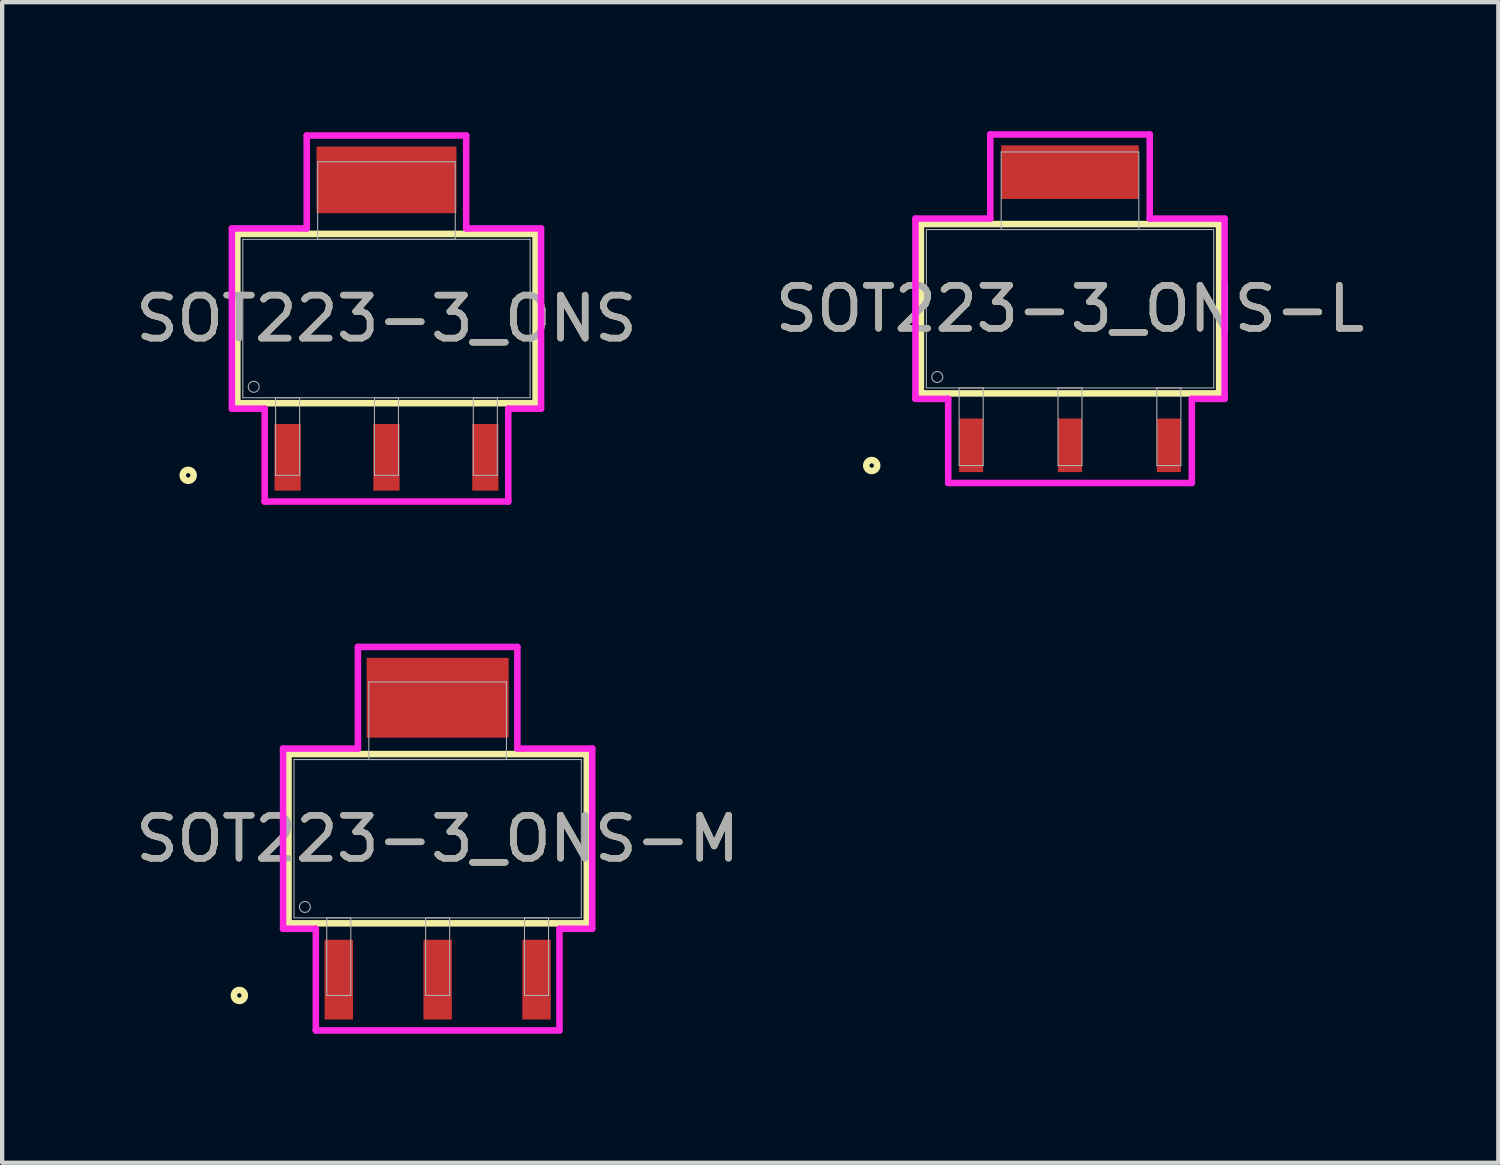
<source format=kicad_pcb>
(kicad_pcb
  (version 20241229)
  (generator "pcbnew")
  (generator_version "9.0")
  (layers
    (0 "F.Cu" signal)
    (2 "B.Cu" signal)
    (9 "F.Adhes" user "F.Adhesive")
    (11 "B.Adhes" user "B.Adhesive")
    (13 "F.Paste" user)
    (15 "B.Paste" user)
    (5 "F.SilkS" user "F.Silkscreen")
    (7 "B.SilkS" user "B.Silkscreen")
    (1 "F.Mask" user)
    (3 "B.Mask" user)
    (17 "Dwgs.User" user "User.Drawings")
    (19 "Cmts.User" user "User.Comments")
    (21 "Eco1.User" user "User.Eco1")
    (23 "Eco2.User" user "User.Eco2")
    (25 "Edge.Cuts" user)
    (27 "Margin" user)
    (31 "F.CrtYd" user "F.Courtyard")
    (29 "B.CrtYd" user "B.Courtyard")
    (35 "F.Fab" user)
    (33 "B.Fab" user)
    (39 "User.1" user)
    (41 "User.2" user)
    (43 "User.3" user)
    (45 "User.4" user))
  (footprint "SOT223-3_ONS-M"
    (layer "F.Cu")
    (at 7.125 16.449)
    (property "Reference" "SOT223-3_ONS-M" (at 0 0 0) (unlocked yes) (layer "F.SilkS") (effects (font (size 1 1) (thickness 0.15))))
    (attr smd)
    (fp_poly (pts (xy 1.651 -4.204) (xy -1.651 -4.204) (xy -1.651 -2.349) (xy 1.651 -2.349)) (stroke (width 0) (type solid)) (fill yes) (layer "F.Cu"))
    (fp_poly (pts (xy 1.702 -4.763) (xy -1.702 -4.763) (xy -1.702 -1.892) (xy 1.702 -1.892)) (stroke (width 0) (type solid)) (fill yes) (layer "F.Mask"))
    (fp_line (start -3.467 -1.968) (end -3.467 1.968) (stroke (width 0.152) (type solid)) (layer "F.SilkS"))
    (fp_line (start -3.467 1.968) (end 3.467 1.968) (stroke (width 0.152) (type solid)) (layer "F.SilkS"))
    (fp_line (start 3.467 -1.968) (end -3.467 -1.968) (stroke (width 0.152) (type solid)) (layer "F.SilkS"))
    (fp_line (start 3.467 1.968) (end 3.467 -1.968) (stroke (width 0.152) (type solid)) (layer "F.SilkS"))
    (fp_circle (center -4.61 3.645) (end -4.483 3.645) (stroke (width 0.152) (type solid)) (fill no) (layer "F.SilkS"))
    (fp_poly (pts (xy 1.651 -4.204) (xy -1.651 -4.204) (xy -1.651 -2.349) (xy 1.651 -2.349)) (stroke (width 0) (type solid)) (fill yes) (layer "F.Paste"))
    (fp_line (start -3.594 -2.095) (end -1.854 -2.095) (stroke (width 0.152) (type solid)) (layer "F.CrtYd"))
    (fp_line (start -3.594 2.095) (end -3.594 -2.095) (stroke (width 0.152) (type solid)) (layer "F.CrtYd"))
    (fp_line (start -2.832 2.095) (end -3.594 2.095) (stroke (width 0.152) (type solid)) (layer "F.CrtYd"))
    (fp_line (start -2.832 4.458) (end -2.832 2.095) (stroke (width 0.152) (type solid)) (layer "F.CrtYd"))
    (fp_line (start -1.854 -4.458) (end 1.854 -4.458) (stroke (width 0.152) (type solid)) (layer "F.CrtYd"))
    (fp_line (start -1.854 -2.095) (end -1.854 -4.458) (stroke (width 0.152) (type solid)) (layer "F.CrtYd"))
    (fp_line (start 1.854 -4.458) (end 1.854 -2.095) (stroke (width 0.152) (type solid)) (layer "F.CrtYd"))
    (fp_line (start 1.854 -2.095) (end 3.594 -2.095) (stroke (width 0.152) (type solid)) (layer "F.CrtYd"))
    (fp_line (start 2.832 2.095) (end 2.832 4.458) (stroke (width 0.152) (type solid)) (layer "F.CrtYd"))
    (fp_line (start 2.832 4.458) (end -2.832 4.458) (stroke (width 0.152) (type solid)) (layer "F.CrtYd"))
    (fp_line (start 3.594 -2.095) (end 3.594 2.095) (stroke (width 0.152) (type solid)) (layer "F.CrtYd"))
    (fp_line (start 3.594 2.095) (end 2.832 2.095) (stroke (width 0.152) (type solid)) (layer "F.CrtYd"))
    (fp_line (start -3.34 -1.841) (end -3.34 1.841) (stroke (width 0.025) (type solid)) (layer "F.Fab"))
    (fp_line (start -3.34 1.841) (end 3.34 1.841) (stroke (width 0.025) (type solid)) (layer "F.Fab"))
    (fp_line (start -2.578 1.841) (end -2.578 3.645) (stroke (width 0.025) (type solid)) (layer "F.Fab"))
    (fp_line (start -2.578 3.645) (end -2.019 3.645) (stroke (width 0.025) (type solid)) (layer "F.Fab"))
    (fp_line (start -2.019 1.841) (end -2.578 1.841) (stroke (width 0.025) (type solid)) (layer "F.Fab"))
    (fp_line (start -2.019 3.645) (end -2.019 1.841) (stroke (width 0.025) (type solid)) (layer "F.Fab"))
    (fp_line (start -1.6 -3.645) (end -1.6 -1.841) (stroke (width 0.025) (type solid)) (layer "F.Fab"))
    (fp_line (start -1.6 -1.841) (end 1.6 -1.841) (stroke (width 0.025) (type solid)) (layer "F.Fab"))
    (fp_line (start -0.279 1.841) (end -0.279 3.645) (stroke (width 0.025) (type solid)) (layer "F.Fab"))
    (fp_line (start -0.279 3.645) (end 0.279 3.645) (stroke (width 0.025) (type solid)) (layer "F.Fab"))
    (fp_line (start 0.279 1.841) (end -0.279 1.841) (stroke (width 0.025) (type solid)) (layer "F.Fab"))
    (fp_line (start 0.279 3.645) (end 0.279 1.841) (stroke (width 0.025) (type solid)) (layer "F.Fab"))
    (fp_line (start 1.6 -3.645) (end -1.6 -3.645) (stroke (width 0.025) (type solid)) (layer "F.Fab"))
    (fp_line (start 1.6 -1.841) (end 1.6 -3.645) (stroke (width 0.025) (type solid)) (layer "F.Fab"))
    (fp_line (start 2.019 1.841) (end 2.019 3.645) (stroke (width 0.025) (type solid)) (layer "F.Fab"))
    (fp_line (start 2.019 3.645) (end 2.578 3.645) (stroke (width 0.025) (type solid)) (layer "F.Fab"))
    (fp_line (start 2.578 1.841) (end 2.019 1.841) (stroke (width 0.025) (type solid)) (layer "F.Fab"))
    (fp_line (start 2.578 3.645) (end 2.578 1.841) (stroke (width 0.025) (type solid)) (layer "F.Fab"))
    (fp_line (start 3.34 -1.841) (end -3.34 -1.841) (stroke (width 0.025) (type solid)) (layer "F.Fab"))
    (fp_line (start 3.34 1.841) (end 3.34 -1.841) (stroke (width 0.025) (type solid)) (layer "F.Fab"))
    (fp_circle (center -3.086 1.587) (end -2.959 1.587) (stroke (width 0.025) (type solid)) (fill no) (layer "F.Fab"))
    (fp_text user "${REFERENCE}" (at 0 0 0) (unlocked yes) (layer "F.Fab") (effects (font (size 1 1) (thickness 0.15))))
    (pad "1" smd rect (at -2.299 3.277) (size 0.66 1.854) (layers "F.Cu" "F.Mask" "F.Paste"))
    (pad "2" smd rect (at 0 3.277) (size 0.66 1.854) (layers "F.Cu" "F.Mask" "F.Paste"))
    (pad "3" smd rect (at 2.299 3.277) (size 0.66 1.854) (layers "F.Cu" "F.Mask" "F.Paste")))
  (footprint "SOT223-3_ONS-L"
    (layer "F.Cu")
    (at 21.827 4.128)
    (property "Reference" "SOT223-3_ONS-L" (at 0 0 0) (unlocked yes) (layer "F.SilkS") (effects (font (size 1 1) (thickness 0.15))))
    (attr smd)
    (fp_poly (pts (xy 1.6 -3.797) (xy -1.6 -3.797) (xy -1.6 -2.553) (xy 1.6 -2.553)) (stroke (width 0) (type solid)) (fill yes) (layer "F.Cu"))
    (fp_poly (pts (xy 1.6 -3.95) (xy -1.6 -3.95) (xy -1.6 -2.299) (xy 1.6 -2.299)) (stroke (width 0) (type solid)) (fill yes) (layer "F.Mask"))
    (fp_line (start -3.467 -1.968) (end -3.467 1.968) (stroke (width 0.152) (type solid)) (layer "F.SilkS"))
    (fp_line (start -3.467 1.968) (end 3.467 1.968) (stroke (width 0.152) (type solid)) (layer "F.SilkS"))
    (fp_line (start 3.467 -1.968) (end -3.467 -1.968) (stroke (width 0.152) (type solid)) (layer "F.SilkS"))
    (fp_line (start 3.467 1.968) (end 3.467 -1.968) (stroke (width 0.152) (type solid)) (layer "F.SilkS"))
    (fp_circle (center -4.61 3.645) (end -4.483 3.645) (stroke (width 0.152) (type solid)) (fill no) (layer "F.SilkS"))
    (fp_poly (pts (xy 1.6 -3.797) (xy -1.6 -3.797) (xy -1.6 -2.553) (xy 1.6 -2.553)) (stroke (width 0) (type solid)) (fill yes) (layer "F.Paste"))
    (fp_line (start -3.594 -2.095) (end -1.854 -2.095) (stroke (width 0.152) (type solid)) (layer "F.CrtYd"))
    (fp_line (start -3.594 2.095) (end -3.594 -2.095) (stroke (width 0.152) (type solid)) (layer "F.CrtYd"))
    (fp_line (start -2.832 2.095) (end -3.594 2.095) (stroke (width 0.152) (type solid)) (layer "F.CrtYd"))
    (fp_line (start -2.832 4.051) (end -2.832 2.095) (stroke (width 0.152) (type solid)) (layer "F.CrtYd"))
    (fp_line (start -1.854 -4.051) (end 1.854 -4.051) (stroke (width 0.152) (type solid)) (layer "F.CrtYd"))
    (fp_line (start -1.854 -2.095) (end -1.854 -4.051) (stroke (width 0.152) (type solid)) (layer "F.CrtYd"))
    (fp_line (start 1.854 -4.051) (end 1.854 -2.095) (stroke (width 0.152) (type solid)) (layer "F.CrtYd"))
    (fp_line (start 1.854 -2.095) (end 3.594 -2.095) (stroke (width 0.152) (type solid)) (layer "F.CrtYd"))
    (fp_line (start 2.832 2.095) (end 2.832 4.051) (stroke (width 0.152) (type solid)) (layer "F.CrtYd"))
    (fp_line (start 2.832 4.051) (end -2.832 4.051) (stroke (width 0.152) (type solid)) (layer "F.CrtYd"))
    (fp_line (start 3.594 -2.095) (end 3.594 2.095) (stroke (width 0.152) (type solid)) (layer "F.CrtYd"))
    (fp_line (start 3.594 2.095) (end 2.832 2.095) (stroke (width 0.152) (type solid)) (layer "F.CrtYd"))
    (fp_line (start -3.34 -1.841) (end -3.34 1.841) (stroke (width 0.025) (type solid)) (layer "F.Fab"))
    (fp_line (start -3.34 1.841) (end 3.34 1.841) (stroke (width 0.025) (type solid)) (layer "F.Fab"))
    (fp_line (start -2.578 1.841) (end -2.578 3.645) (stroke (width 0.025) (type solid)) (layer "F.Fab"))
    (fp_line (start -2.578 3.645) (end -2.019 3.645) (stroke (width 0.025) (type solid)) (layer "F.Fab"))
    (fp_line (start -2.019 1.841) (end -2.578 1.841) (stroke (width 0.025) (type solid)) (layer "F.Fab"))
    (fp_line (start -2.019 3.645) (end -2.019 1.841) (stroke (width 0.025) (type solid)) (layer "F.Fab"))
    (fp_line (start -1.6 -3.645) (end -1.6 -1.841) (stroke (width 0.025) (type solid)) (layer "F.Fab"))
    (fp_line (start -1.6 -1.841) (end 1.6 -1.841) (stroke (width 0.025) (type solid)) (layer "F.Fab"))
    (fp_line (start -0.279 1.841) (end -0.279 3.645) (stroke (width 0.025) (type solid)) (layer "F.Fab"))
    (fp_line (start -0.279 3.645) (end 0.279 3.645) (stroke (width 0.025) (type solid)) (layer "F.Fab"))
    (fp_line (start 0.279 1.841) (end -0.279 1.841) (stroke (width 0.025) (type solid)) (layer "F.Fab"))
    (fp_line (start 0.279 3.645) (end 0.279 1.841) (stroke (width 0.025) (type solid)) (layer "F.Fab"))
    (fp_line (start 1.6 -3.645) (end -1.6 -3.645) (stroke (width 0.025) (type solid)) (layer "F.Fab"))
    (fp_line (start 1.6 -1.841) (end 1.6 -3.645) (stroke (width 0.025) (type solid)) (layer "F.Fab"))
    (fp_line (start 2.019 1.841) (end 2.019 3.645) (stroke (width 0.025) (type solid)) (layer "F.Fab"))
    (fp_line (start 2.019 3.645) (end 2.578 3.645) (stroke (width 0.025) (type solid)) (layer "F.Fab"))
    (fp_line (start 2.578 1.841) (end 2.019 1.841) (stroke (width 0.025) (type solid)) (layer "F.Fab"))
    (fp_line (start 2.578 3.645) (end 2.578 1.841) (stroke (width 0.025) (type solid)) (layer "F.Fab"))
    (fp_line (start 3.34 -1.841) (end -3.34 -1.841) (stroke (width 0.025) (type solid)) (layer "F.Fab"))
    (fp_line (start 3.34 1.841) (end 3.34 -1.841) (stroke (width 0.025) (type solid)) (layer "F.Fab"))
    (fp_circle (center -3.086 1.587) (end -2.959 1.587) (stroke (width 0.025) (type solid)) (fill no) (layer "F.Fab"))
    (fp_text user "${REFERENCE}" (at 0 0 0) (unlocked yes) (layer "F.Fab") (effects (font (size 1 1) (thickness 0.15))))
    (pad "1" smd rect (at -2.299 3.175) (size 0.559 1.245) (layers "F.Cu" "F.Mask" "F.Paste"))
    (pad "2" smd rect (at 0 3.175) (size 0.559 1.245) (layers "F.Cu" "F.Mask" "F.Paste"))
    (pad "3" smd rect (at 2.299 3.175) (size 0.559 1.245) (layers "F.Cu" "F.Mask" "F.Paste")))
  (footprint "SOT223-3_ONS"
    (layer "F.Cu")
    (at 5.935 4.356)
    (property "Reference" "SOT223-3_ONS" (at 0 0 0) (unlocked yes) (layer "F.SilkS") (effects (font (size 1 1) (thickness 0.15))))
    (attr smd)
    (fp_poly (pts (xy 1.626 -4) (xy -1.626 -4) (xy -1.626 -2.451) (xy 1.626 -2.451)) (stroke (width 0) (type solid)) (fill yes) (layer "F.Cu"))
    (fp_poly (pts (xy 1.651 -4.356) (xy -1.651 -4.356) (xy -1.651 -2.095) (xy 1.651 -2.095)) (stroke (width 0) (type solid)) (fill yes) (layer "F.Mask"))
    (fp_line (start -3.467 -1.968) (end -3.467 1.968) (stroke (width 0.152) (type solid)) (layer "F.SilkS"))
    (fp_line (start -3.467 1.968) (end 3.467 1.968) (stroke (width 0.152) (type solid)) (layer "F.SilkS"))
    (fp_line (start 3.467 -1.968) (end -3.467 -1.968) (stroke (width 0.152) (type solid)) (layer "F.SilkS"))
    (fp_line (start 3.467 1.968) (end 3.467 -1.968) (stroke (width 0.152) (type solid)) (layer "F.SilkS"))
    (fp_circle (center -4.61 3.645) (end -4.483 3.645) (stroke (width 0.152) (type solid)) (fill no) (layer "F.SilkS"))
    (fp_poly (pts (xy 1.626 -4) (xy -1.626 -4) (xy -1.626 -2.451) (xy 1.626 -2.451)) (stroke (width 0) (type solid)) (fill yes) (layer "F.Paste"))
    (fp_line (start -3.594 -2.095) (end -1.854 -2.095) (stroke (width 0.152) (type solid)) (layer "F.CrtYd"))
    (fp_line (start -3.594 2.095) (end -3.594 -2.095) (stroke (width 0.152) (type solid)) (layer "F.CrtYd"))
    (fp_line (start -2.832 2.095) (end -3.594 2.095) (stroke (width 0.152) (type solid)) (layer "F.CrtYd"))
    (fp_line (start -2.832 4.255) (end -2.832 2.095) (stroke (width 0.152) (type solid)) (layer "F.CrtYd"))
    (fp_line (start -1.854 -4.255) (end 1.854 -4.255) (stroke (width 0.152) (type solid)) (layer "F.CrtYd"))
    (fp_line (start -1.854 -2.095) (end -1.854 -4.255) (stroke (width 0.152) (type solid)) (layer "F.CrtYd"))
    (fp_line (start 1.854 -4.255) (end 1.854 -2.095) (stroke (width 0.152) (type solid)) (layer "F.CrtYd"))
    (fp_line (start 1.854 -2.095) (end 3.594 -2.095) (stroke (width 0.152) (type solid)) (layer "F.CrtYd"))
    (fp_line (start 2.832 2.095) (end 2.832 4.255) (stroke (width 0.152) (type solid)) (layer "F.CrtYd"))
    (fp_line (start 2.832 4.255) (end -2.832 4.255) (stroke (width 0.152) (type solid)) (layer "F.CrtYd"))
    (fp_line (start 3.594 -2.095) (end 3.594 2.095) (stroke (width 0.152) (type solid)) (layer "F.CrtYd"))
    (fp_line (start 3.594 2.095) (end 2.832 2.095) (stroke (width 0.152) (type solid)) (layer "F.CrtYd"))
    (fp_line (start -3.34 -1.841) (end -3.34 1.841) (stroke (width 0.025) (type solid)) (layer "F.Fab"))
    (fp_line (start -3.34 1.841) (end 3.34 1.841) (stroke (width 0.025) (type solid)) (layer "F.Fab"))
    (fp_line (start -2.578 1.841) (end -2.578 3.645) (stroke (width 0.025) (type solid)) (layer "F.Fab"))
    (fp_line (start -2.578 3.645) (end -2.019 3.645) (stroke (width 0.025) (type solid)) (layer "F.Fab"))
    (fp_line (start -2.019 1.841) (end -2.578 1.841) (stroke (width 0.025) (type solid)) (layer "F.Fab"))
    (fp_line (start -2.019 3.645) (end -2.019 1.841) (stroke (width 0.025) (type solid)) (layer "F.Fab"))
    (fp_line (start -1.6 -3.645) (end -1.6 -1.841) (stroke (width 0.025) (type solid)) (layer "F.Fab"))
    (fp_line (start -1.6 -1.841) (end 1.6 -1.841) (stroke (width 0.025) (type solid)) (layer "F.Fab"))
    (fp_line (start -0.279 1.841) (end -0.279 3.645) (stroke (width 0.025) (type solid)) (layer "F.Fab"))
    (fp_line (start -0.279 3.645) (end 0.279 3.645) (stroke (width 0.025) (type solid)) (layer "F.Fab"))
    (fp_line (start 0.279 1.841) (end -0.279 1.841) (stroke (width 0.025) (type solid)) (layer "F.Fab"))
    (fp_line (start 0.279 3.645) (end 0.279 1.841) (stroke (width 0.025) (type solid)) (layer "F.Fab"))
    (fp_line (start 1.6 -3.645) (end -1.6 -3.645) (stroke (width 0.025) (type solid)) (layer "F.Fab"))
    (fp_line (start 1.6 -1.841) (end 1.6 -3.645) (stroke (width 0.025) (type solid)) (layer "F.Fab"))
    (fp_line (start 2.019 1.841) (end 2.019 3.645) (stroke (width 0.025) (type solid)) (layer "F.Fab"))
    (fp_line (start 2.019 3.645) (end 2.578 3.645) (stroke (width 0.025) (type solid)) (layer "F.Fab"))
    (fp_line (start 2.578 1.841) (end 2.019 1.841) (stroke (width 0.025) (type solid)) (layer "F.Fab"))
    (fp_line (start 2.578 3.645) (end 2.578 1.841) (stroke (width 0.025) (type solid)) (layer "F.Fab"))
    (fp_line (start 3.34 -1.841) (end -3.34 -1.841) (stroke (width 0.025) (type solid)) (layer "F.Fab"))
    (fp_line (start 3.34 1.841) (end 3.34 -1.841) (stroke (width 0.025) (type solid)) (layer "F.Fab"))
    (fp_circle (center -3.086 1.587) (end -2.959 1.587) (stroke (width 0.025) (type solid)) (fill no) (layer "F.Fab"))
    (fp_text user "${REFERENCE}" (at 0 0 0) (unlocked yes) (layer "F.Fab") (effects (font (size 1 1) (thickness 0.15))))
    (pad "1" smd rect (at -2.299 3.226) (size 0.61 1.549) (layers "F.Cu" "F.Mask" "F.Paste"))
    (pad "2" smd rect (at 0 3.226) (size 0.61 1.549) (layers "F.Cu" "F.Mask" "F.Paste"))
    (pad "3" smd rect (at 2.299 3.226) (size 0.61 1.549) (layers "F.Cu" "F.Mask" "F.Paste")))
  (gr_rect
    (start -3 -3)
    (end 31.786 23.983)
    (stroke (width 0.1) (type default))
    (fill no)
    (layer "Edge.Cuts")))
</source>
